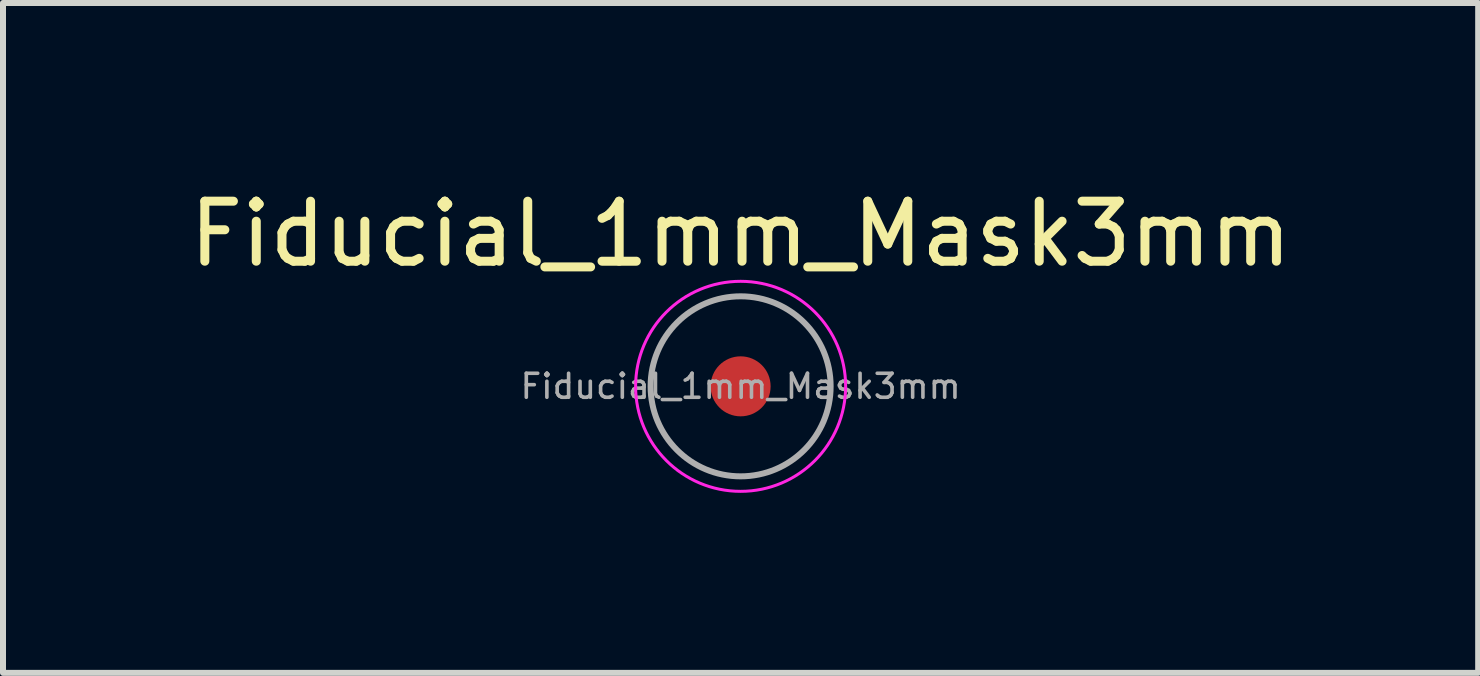
<source format=kicad_pcb>
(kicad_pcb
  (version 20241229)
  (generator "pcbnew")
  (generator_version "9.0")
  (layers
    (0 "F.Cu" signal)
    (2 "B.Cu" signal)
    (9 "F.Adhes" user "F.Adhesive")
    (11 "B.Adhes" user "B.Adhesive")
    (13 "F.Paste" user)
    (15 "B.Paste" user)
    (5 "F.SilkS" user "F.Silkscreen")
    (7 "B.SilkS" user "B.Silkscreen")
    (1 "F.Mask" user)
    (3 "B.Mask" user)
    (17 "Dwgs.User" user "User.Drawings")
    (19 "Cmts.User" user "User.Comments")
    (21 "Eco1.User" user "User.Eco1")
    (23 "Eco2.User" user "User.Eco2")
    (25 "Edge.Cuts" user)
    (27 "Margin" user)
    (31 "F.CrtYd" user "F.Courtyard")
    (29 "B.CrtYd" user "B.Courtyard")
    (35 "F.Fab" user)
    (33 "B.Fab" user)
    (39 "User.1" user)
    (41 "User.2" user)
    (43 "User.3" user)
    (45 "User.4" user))
  (footprint "Fiducial_1mm_Mask3mm"
    (layer "F.Cu")
    (at 9.292 3.388)
    (property "Reference" "Fiducial_1mm_Mask3mm" (at 0 -2.54 0) (layer "F.SilkS") (effects (font (size 1 1) (thickness 0.15))))
    (attr smd)
    (fp_circle (center 0 0) (end 1.75 0) (stroke (width 0.05) (type solid)) (fill no) (layer "F.CrtYd"))
    (fp_circle (center 0 0) (end 1.5 0) (stroke (width 0.1) (type solid)) (fill no) (layer "F.Fab"))
    (fp_text user "${REFERENCE}" (at 0 0 0) (layer "F.Fab") (effects (font (size 0.4 0.4) (thickness 0.06))))
    (pad "" smd circle (at 0 0) (size 1 1) (layers "F.Cu" "F.Mask")))
  (gr_rect
    (start -3 -3)
    (end 21.583 8.163)
    (stroke (width 0.1) (type default))
    (fill no)
    (layer "Edge.Cuts")))
</source>
